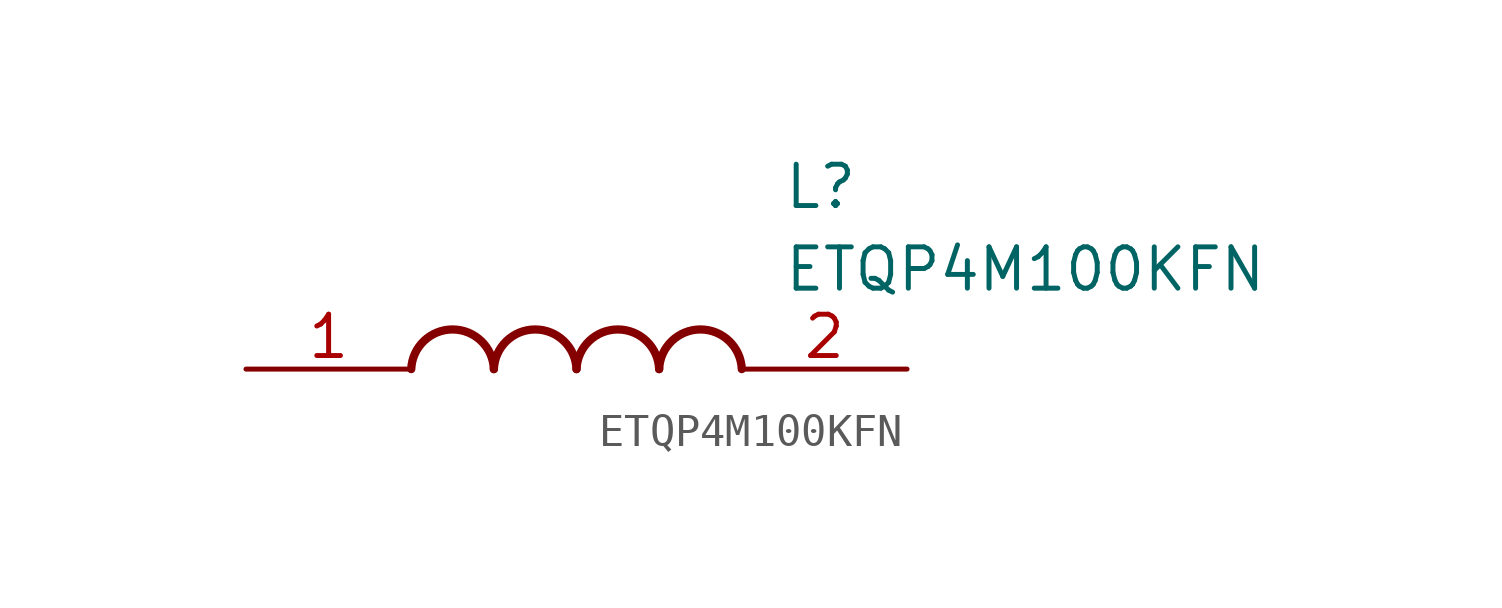
<source format=kicad_sym>
(kicad_symbol_lib
  (version 20211014)
  (generator SamacSys_ECAD_Model)
  (symbol "ETQP4M100KFN"
    (pin_names hide)
    (property "Reference" "L"
      (at 16.51 6.35 0)
      (effects (font (size 1.27 1.27)) (justify left top)))
    (property "Value" "ETQP4M100KFN"
      (at 16.51 3.81 0)
      (effects (font (size 1.27 1.27)) (justify left top)))
    (arc
      (start 7.62 0)
      (mid 6.35 1.219)
      (end 5.08 0)
      (stroke (width 0.254) (type default))
      (fill (type none)))
    (arc
      (start 10.16 0)
      (mid 8.89 1.219)
      (end 7.62 0)
      (stroke (width 0.254) (type default))
      (fill (type none)))
    (arc
      (start 12.7 0)
      (mid 11.43 1.219)
      (end 10.16 0)
      (stroke (width 0.254) (type default))
      (fill (type none)))
    (arc
      (start 15.24 0)
      (mid 13.97 1.219)
      (end 12.7 0)
      (stroke (width 0.254) (type default))
      (fill (type none)))
    (pin passive line
      (at 0 0 0)
      (length 5.08)
      (name "1" (effects (font (size 1.27 1.27))))
      (number "1" (effects (font (size 1.27 1.27)))))
    (pin passive line
      (at 20.32 0 180)
      (length 5.08)
      (name "2" (effects (font (size 1.27 1.27))))
      (number "2" (effects (font (size 1.27 1.27)))))))
</source>
